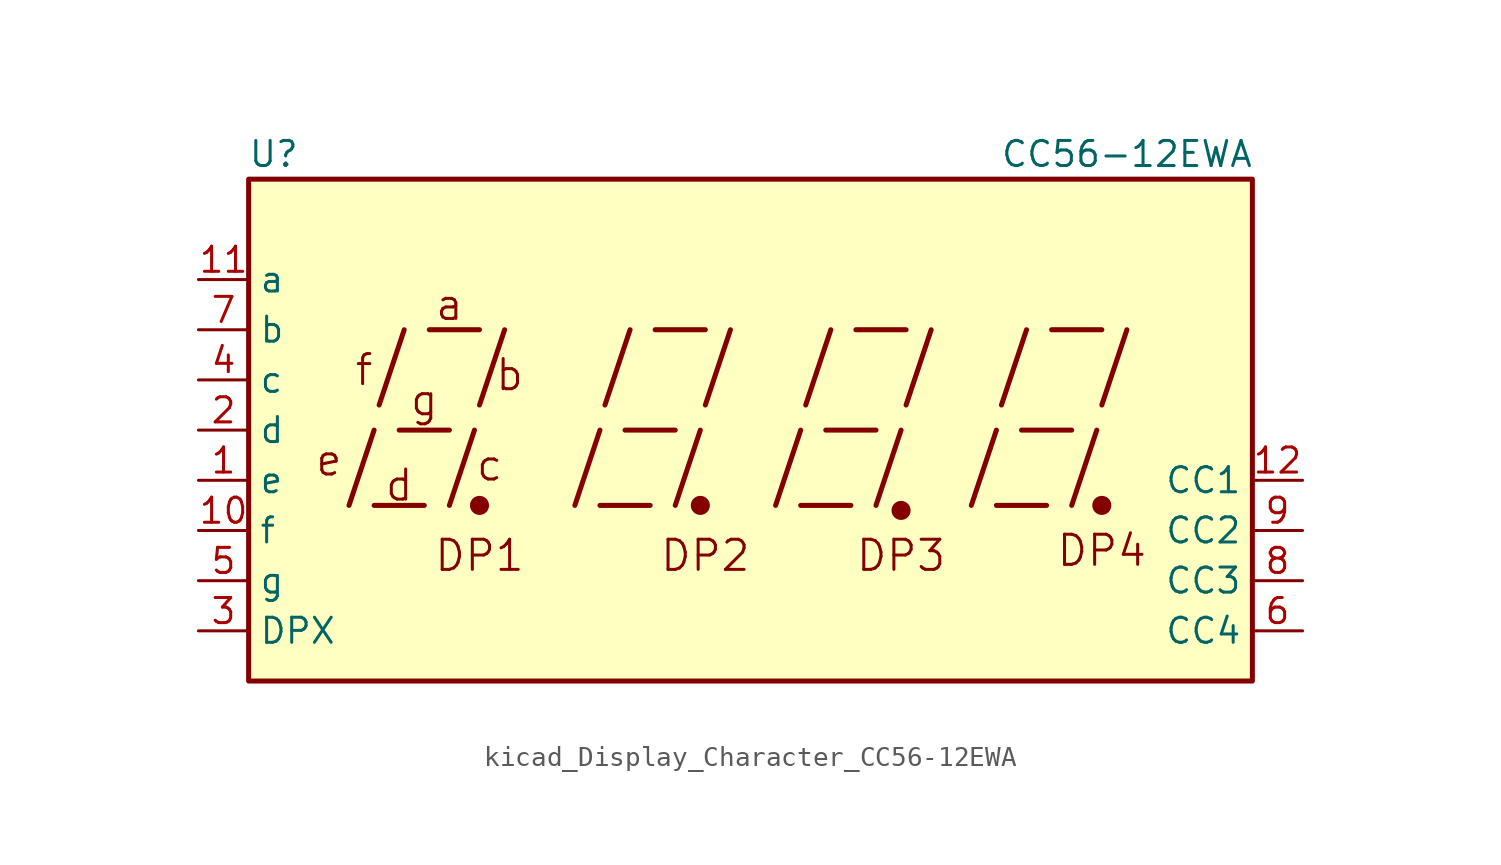
<source format=kicad_sym>
(kicad_symbol_lib
  (version 20220914)
  (generator kicad_symbol_editor)
  (symbol "kicad_Display_Character_CC56-12EWA"
    (property "Reference" "U"
      (at -24.13 13.97 0)
      (effects (font (size 1.27 1.27))))
    (property "Value" "CC56-12EWA"
      (at 19.05 13.97 0)
      (effects (font (size 1.27 1.27))))
    (symbol "kicad_Display_Character_CC56-12EWA_0_0"
      (rectangle (start -25.4 12.7) (end 25.4 -12.7) (stroke (width 0.254) (type default)) (fill (type background)))
      (polyline (pts (xy -20.32 -3.81) (xy -19.05 0)) (stroke (width 0.254) (type default)) (fill (type none)))
      (polyline (pts (xy -19.05 -3.81) (xy -16.51 -3.81)) (stroke (width 0.254) (type default)) (fill (type none)))
      (polyline (pts (xy -18.796 1.27) (xy -17.526 5.08)) (stroke (width 0.254) (type default)) (fill (type none)))
      (polyline (pts (xy -17.78 0) (xy -15.24 0)) (stroke (width 0.254) (type default)) (fill (type none)))
      (polyline (pts (xy -16.256 5.08) (xy -13.716 5.08)) (stroke (width 0.254) (type default)) (fill (type none)))
      (polyline (pts (xy -15.24 -3.81) (xy -13.97 0)) (stroke (width 0.254) (type default)) (fill (type none)))
      (polyline (pts (xy -13.716 1.27) (xy -12.446 5.08)) (stroke (width 0.254) (type default)) (fill (type none)))
      (polyline (pts (xy -8.89 -3.81) (xy -7.62 0)) (stroke (width 0.254) (type default)) (fill (type none)))
      (polyline (pts (xy -7.62 -3.81) (xy -5.08 -3.81)) (stroke (width 0.254) (type default)) (fill (type none)))
      (polyline (pts (xy -7.366 1.27) (xy -6.096 5.08)) (stroke (width 0.254) (type default)) (fill (type none)))
      (polyline (pts (xy -6.35 0) (xy -3.81 0)) (stroke (width 0.254) (type default)) (fill (type none)))
      (polyline (pts (xy -4.826 5.08) (xy -2.286 5.08)) (stroke (width 0.254) (type default)) (fill (type none)))
      (polyline (pts (xy -3.81 -3.81) (xy -2.54 0)) (stroke (width 0.254) (type default)) (fill (type none)))
      (polyline (pts (xy -2.286 1.27) (xy -1.016 5.08)) (stroke (width 0.254) (type default)) (fill (type none)))
      (polyline (pts (xy 1.27 -3.81) (xy 2.54 0)) (stroke (width 0.254) (type default)) (fill (type none)))
      (polyline (pts (xy 2.54 -3.81) (xy 5.08 -3.81)) (stroke (width 0.254) (type default)) (fill (type none)))
      (polyline (pts (xy 2.794 1.27) (xy 4.064 5.08)) (stroke (width 0.254) (type default)) (fill (type none)))
      (polyline (pts (xy 3.81 0) (xy 6.35 0)) (stroke (width 0.254) (type default)) (fill (type none)))
      (polyline (pts (xy 5.334 5.08) (xy 7.874 5.08)) (stroke (width 0.254) (type default)) (fill (type none)))
      (polyline (pts (xy 6.35 -3.81) (xy 7.62 0)) (stroke (width 0.254) (type default)) (fill (type none)))
      (polyline (pts (xy 7.874 1.27) (xy 9.144 5.08)) (stroke (width 0.254) (type default)) (fill (type none)))
      (polyline (pts (xy 11.176 -3.81) (xy 12.446 0)) (stroke (width 0.254) (type default)) (fill (type none)))
      (polyline (pts (xy 12.446 -3.81) (xy 14.986 -3.81)) (stroke (width 0.254) (type default)) (fill (type none)))
      (polyline (pts (xy 12.7 1.27) (xy 13.97 5.08)) (stroke (width 0.254) (type default)) (fill (type none)))
      (polyline (pts (xy 13.716 0) (xy 16.256 0)) (stroke (width 0.254) (type default)) (fill (type none)))
      (polyline (pts (xy 15.24 5.08) (xy 17.78 5.08)) (stroke (width 0.254) (type default)) (fill (type none)))
      (polyline (pts (xy 16.256 -3.81) (xy 17.526 0)) (stroke (width 0.254) (type default)) (fill (type none)))
      (polyline (pts (xy 17.78 1.27) (xy 19.05 5.08)) (stroke (width 0.254) (type default)) (fill (type none)))
      (text "a" (at -15.24 6.35 0) (effects (font (size 1.524 1.524))))
      (text "b" (at -12.192 2.794 0) (effects (font (size 1.524 1.524))))
      (text "c" (at -13.208 -1.778 0) (effects (font (size 1.524 1.524))))
      (text "d" (at -17.78 -2.794 0) (effects (font (size 1.524 1.524))))
      (text "DP1" (at -13.716 -6.35 0) (effects (font (size 1.524 1.524))))
      (text "DP2" (at -2.286 -6.35 0) (effects (font (size 1.524 1.524))))
      (text "DP3" (at 7.62 -6.35 0) (effects (font (size 1.524 1.524))))
      (text "DP4" (at 17.78 -6.096 0) (effects (font (size 1.524 1.524))))
      (text "e" (at -21.336 -1.524 0) (effects (font (size 1.524 1.524))))
      (text "f" (at -19.558 3.048 0) (effects (font (size 1.524 1.524))))
      (text "g" (at -16.51 1.524 0) (effects (font (size 1.524 1.524)))))
    (symbol "kicad_Display_Character_CC56-12EWA_0_1"
      (circle (center -13.716 -3.81) (radius 0.356) (stroke (width 0.254) (type default)) (fill (type outline)))
      (circle (center -2.54 -3.81) (radius 0.356) (stroke (width 0.254) (type default)) (fill (type outline))))
    (symbol "kicad_Display_Character_CC56-12EWA_1_0"
      (circle (center 7.62 -4.064) (radius 0.356) (stroke (width 0.254) (type default)) (fill (type outline)))
      (circle (center 17.78 -3.81) (radius 0.356) (stroke (width 0.254) (type default)) (fill (type outline))))
    (symbol "kicad_Display_Character_CC56-12EWA_1_1"
      (pin input line (at -27.94 -2.54 0) (length 2.54) (name "e" (effects (font (size 1.27 1.27)))) (number "1" (effects (font (size 1.27 1.27)))))
      (pin input line (at -27.94 -5.08 0) (length 2.54) (name "f" (effects (font (size 1.27 1.27)))) (number "10" (effects (font (size 1.27 1.27)))))
      (pin input line (at -27.94 7.62 0) (length 2.54) (name "a" (effects (font (size 1.27 1.27)))) (number "11" (effects (font (size 1.27 1.27)))))
      (pin input line (at 27.94 -2.54 180) (length 2.54) (name "CC1" (effects (font (size 1.27 1.27)))) (number "12" (effects (font (size 1.27 1.27)))))
      (pin input line (at -27.94 0 0) (length 2.54) (name "d" (effects (font (size 1.27 1.27)))) (number "2" (effects (font (size 1.27 1.27)))))
      (pin input line (at -27.94 -10.16 0) (length 2.54) (name "DPX" (effects (font (size 1.27 1.27)))) (number "3" (effects (font (size 1.27 1.27)))))
      (pin input line (at -27.94 2.54 0) (length 2.54) (name "c" (effects (font (size 1.27 1.27)))) (number "4" (effects (font (size 1.27 1.27)))))
      (pin input line (at -27.94 -7.62 0) (length 2.54) (name "g" (effects (font (size 1.27 1.27)))) (number "5" (effects (font (size 1.27 1.27)))))
      (pin input line (at 27.94 -10.16 180) (length 2.54) (name "CC4" (effects (font (size 1.27 1.27)))) (number "6" (effects (font (size 1.27 1.27)))))
      (pin input line (at -27.94 5.08 0) (length 2.54) (name "b" (effects (font (size 1.27 1.27)))) (number "7" (effects (font (size 1.27 1.27)))))
      (pin input line (at 27.94 -7.62 180) (length 2.54) (name "CC3" (effects (font (size 1.27 1.27)))) (number "8" (effects (font (size 1.27 1.27)))))
      (pin input line (at 27.94 -5.08 180) (length 2.54) (name "CC2" (effects (font (size 1.27 1.27)))) (number "9" (effects (font (size 1.27 1.27))))))))
</source>
